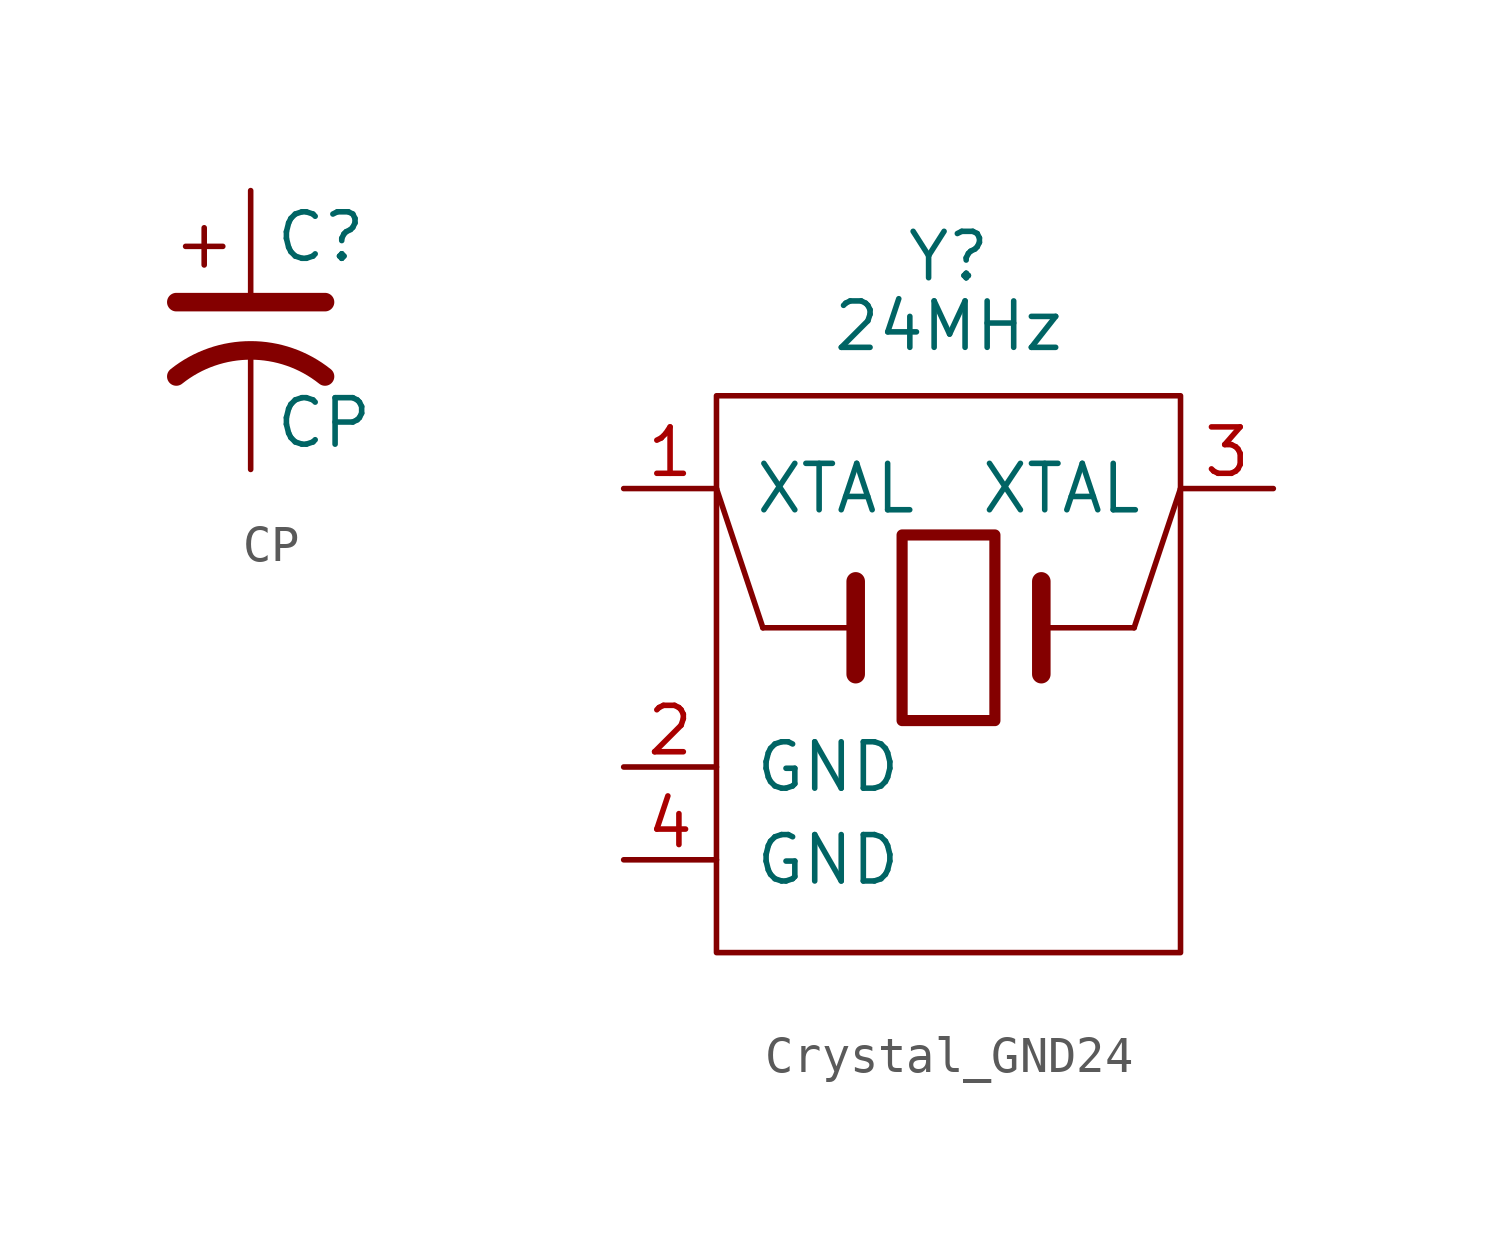
<source format=kicad_sym>
(kicad_symbol_lib
  (version 20241209)
  (generator "kicad_symbol_editor")
  (generator_version "9.0")
  (symbol "CP"
    (pin_numbers
      (hide yes))
    (pin_names
      (offset 0.254)
      (hide yes))
    (property "Reference" "C"
      (at 0.635 2.54 0)
      (effects (font (size 1.27 1.27)) (justify left)))
    (property "Value" "CP"
      (at 0.635 -2.54 0)
      (effects (font (size 1.27 1.27)) (justify left)))
    (symbol "CP_0_1"
      (polyline (pts (xy -2.032 0.762) (xy 2.032 0.762)) (stroke (width 0.508) (type default)) (fill (type none)))
      (polyline (pts (xy -1.778 2.286) (xy -0.762 2.286)) (stroke (width 0) (type default)) (fill (type none)))
      (polyline (pts (xy -1.27 1.778) (xy -1.27 2.794)) (stroke (width 0) (type default)) (fill (type none)))
      (arc (start -2.032 -1.27) (mid 0 -0.5572) (end 2.032 -1.27) (stroke (width 0.508) (type default)) (fill (type none))))
    (symbol "CP_1_1"
      (pin passive line (at 0 3.81 270) (length 2.794) (name "~" (effects (font (size 1.27 1.27)))) (number "1" (effects (font (size 1.27 1.27)))))
      (pin passive line (at 0 -3.81 90) (length 3.302) (name "~" (effects (font (size 1.27 1.27)))) (number "2" (effects (font (size 1.27 1.27)))))))
  (symbol "Crystal_GND24"
    (pin_names
      (offset 1.016))
    (property "Reference" "Y"
      (at 0 11.43 0)
      (effects (font (size 1.27 1.27))))
    (property "Value" "24MHz"
      (at 0 9.525 0)
      (effects (font (size 1.27 1.27))))
    (symbol "Crystal_GND24_0_1"
      (rectangle (start -6.35 7.62) (end 6.35 -7.62) (stroke (width 0) (type default)) (fill (type none)))
      (polyline (pts (xy -6.35 5.08) (xy -5.08 1.27)) (stroke (width 0) (type default)) (fill (type none)))
      (polyline (pts (xy -2.54 1.27) (xy -5.08 1.27)) (stroke (width 0) (type default)) (fill (type none)))
      (polyline (pts (xy -2.54 0) (xy -2.54 2.54)) (stroke (width 0.508) (type default)) (fill (type none)))
      (rectangle (start -1.27 3.81) (end 1.27 -1.27) (stroke (width 0.305) (type default)) (fill (type none)))
      (polyline (pts (xy 2.54 1.27) (xy 5.08 1.27)) (stroke (width 0) (type default)) (fill (type none)))
      (polyline (pts (xy 2.54 0) (xy 2.54 2.54)) (stroke (width 0.508) (type default)) (fill (type none)))
      (polyline (pts (xy 6.35 5.08) (xy 5.08 1.27)) (stroke (width 0) (type default)) (fill (type none))))
    (symbol "Crystal_GND24_1_1"
      (pin passive line (at -8.89 5.08 0) (length 2.54) (name "XTAL" (effects (font (size 1.27 1.27)))) (number "1" (effects (font (size 1.27 1.27)))))
      (pin power_in line (at -8.89 -2.54 0) (length 2.54) (name "GND" (effects (font (size 1.27 1.27)))) (number "2" (effects (font (size 1.27 1.27)))))
      (pin power_in line (at -8.89 -5.08 0) (length 2.54) (name "GND" (effects (font (size 1.27 1.27)))) (number "4" (effects (font (size 1.27 1.27)))))
      (pin passive line (at 8.89 5.08 180) (length 2.54) (name "XTAL" (effects (font (size 1.27 1.27)))) (number "3" (effects (font (size 1.27 1.27))))))))
</source>
